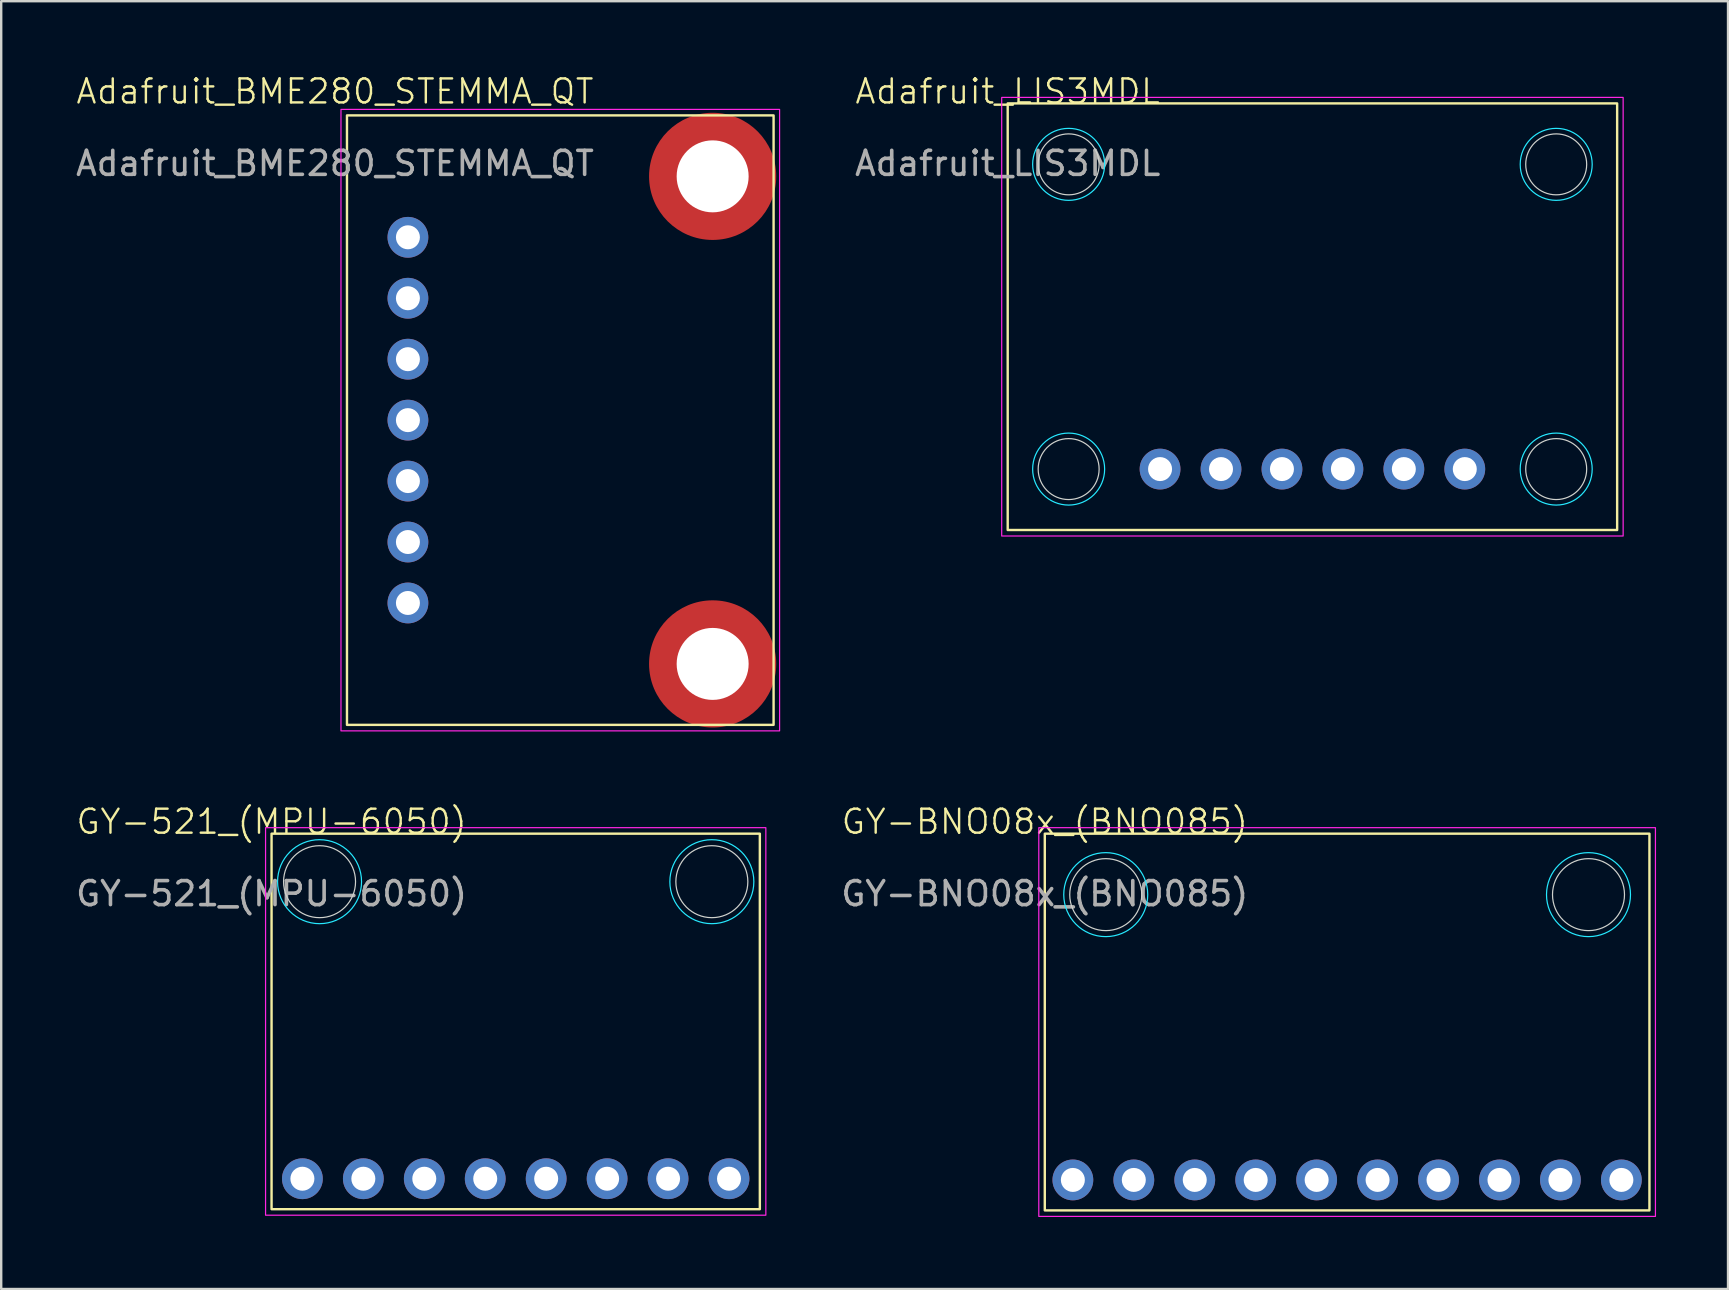
<source format=kicad_pcb>
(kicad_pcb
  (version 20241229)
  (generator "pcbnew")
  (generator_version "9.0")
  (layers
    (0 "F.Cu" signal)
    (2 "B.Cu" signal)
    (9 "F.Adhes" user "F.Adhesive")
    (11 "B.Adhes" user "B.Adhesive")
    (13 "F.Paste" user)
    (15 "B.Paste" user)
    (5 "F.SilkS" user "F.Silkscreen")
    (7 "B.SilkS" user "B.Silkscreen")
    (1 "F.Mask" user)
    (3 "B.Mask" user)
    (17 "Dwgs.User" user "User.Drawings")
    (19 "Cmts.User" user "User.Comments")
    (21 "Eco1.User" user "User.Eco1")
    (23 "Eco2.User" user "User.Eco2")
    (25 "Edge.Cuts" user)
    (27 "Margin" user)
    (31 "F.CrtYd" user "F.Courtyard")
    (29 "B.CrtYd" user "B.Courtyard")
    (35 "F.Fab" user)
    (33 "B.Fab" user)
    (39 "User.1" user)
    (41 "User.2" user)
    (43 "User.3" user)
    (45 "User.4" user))
  (footprint "GY-521_(MPU-6050)"
    (layer "F.Cu")
    (at 8.268 31.696)
    (property "Reference" "GY-521_(MPU-6050)" (at 0 -0.5 0) (unlocked yes) (layer "F.SilkS") (effects (font (size 1 1) (thickness 0.1))))
    (attr through_hole)
    (fp_rect (start 0 0) (end 20.35 15.65) (stroke (width 0.1) (type default)) (fill no) (layer "F.SilkS"))
    (fp_circle (center 2 2) (end 3.5 2) (stroke (width 0.05) (type default)) (fill no) (layer "Edge.Cuts"))
    (fp_circle (center 18.35 2) (end 19.85 2) (stroke (width 0.05) (type default)) (fill no) (layer "Edge.Cuts"))
    (fp_circle (center 2 2) (end 3.75 2) (stroke (width 0.05) (type default)) (fill no) (layer "B.CrtYd"))
    (fp_circle (center 18.35 2) (end 20.1 2) (stroke (width 0.05) (type default)) (fill no) (layer "B.CrtYd"))
    (fp_rect (start -0.25 -0.25) (end 20.6 15.9) (stroke (width 0.05) (type default)) (fill no) (layer "F.CrtYd"))
    (fp_text user "${REFERENCE}" (at 0 2.5 0) (unlocked yes) (layer "F.Fab") (effects (font (size 1 1) (thickness 0.15))))
    (pad "1" thru_hole circle (at 1.285 14.38) (size 1.7 1.7) (drill 1) (layers "*.Cu" "*.Mask"))
    (pad "2" thru_hole circle (at 3.825 14.38) (size 1.7 1.7) (drill 1) (layers "*.Cu" "*.Mask"))
    (pad "3" thru_hole circle (at 6.365 14.38) (size 1.7 1.7) (drill 1) (layers "*.Cu" "*.Mask"))
    (pad "4" thru_hole circle (at 8.905 14.38) (size 1.7 1.7) (drill 1) (layers "*.Cu" "*.Mask"))
    (pad "5" thru_hole circle (at 11.445 14.38) (size 1.7 1.7) (drill 1) (layers "*.Cu" "*.Mask"))
    (pad "6" thru_hole circle (at 13.985 14.38) (size 1.7 1.7) (drill 1) (layers "*.Cu" "*.Mask"))
    (pad "7" thru_hole circle (at 16.525 14.38) (size 1.7 1.7) (drill 1) (layers "*.Cu" "*.Mask"))
    (pad "8" thru_hole circle (at 19.065 14.38) (size 1.7 1.7) (drill 1) (layers "*.Cu" "*.Mask")))
  (footprint "Adafruit_BME280_STEMMA_QT"
    (layer "F.Cu")
    (at 11.411 1.76)
    (property "Reference" "Adafruit_BME280_STEMMA_QT" (at -0.5 -1 0) (unlocked yes) (layer "F.SilkS") (effects (font (size 1 1) (thickness 0.1))))
    (attr through_hole)
    (fp_rect (start 0 0) (end 17.78 25.4) (stroke (width 0.1) (type default)) (fill no) (layer "F.SilkS"))
    (fp_circle (center 15.24 2.54) (end 17.34 2.54) (stroke (width 0.75) (type default)) (fill no) (layer "F.Paste"))
    (fp_circle (center 15.24 22.85) (end 17.34 22.85) (stroke (width 0.75) (type default)) (fill no) (layer "F.Paste"))
    (fp_rect (start -0.25 -0.25) (end 18.03 25.65) (stroke (width 0.05) (type default)) (fill no) (layer "F.CrtYd"))
    (fp_text user "${REFERENCE}" (at -0.5 2 0) (unlocked yes) (layer "F.Fab") (effects (font (size 1 1) (thickness 0.15))))
    (pad "" np_thru_hole circle (at 15.24 2.54) (size 5.3 5.3) (drill 3) (layers "F.Cu" "F.Mask"))
    (pad "" np_thru_hole circle (at 15.24 22.86) (size 5.3 5.3) (drill 3) (layers "F.Cu" "F.Mask"))
    (pad "1" thru_hole circle (at 2.54 5.08) (size 1.7 1.7) (drill 1) (layers "*.Cu" "*.Mask"))
    (pad "2" thru_hole circle (at 2.54 7.62) (size 1.7 1.7) (drill 1) (layers "*.Cu" "*.Mask"))
    (pad "3" thru_hole circle (at 2.54 10.16) (size 1.7 1.7) (drill 1) (layers "*.Cu" "*.Mask"))
    (pad "4" thru_hole circle (at 2.54 12.7) (size 1.7 1.7) (drill 1) (layers "*.Cu" "*.Mask"))
    (pad "5" thru_hole circle (at 2.54 15.24) (size 1.7 1.7) (drill 1) (layers "*.Cu" "*.Mask"))
    (pad "6" thru_hole circle (at 2.54 17.78) (size 1.7 1.7) (drill 1) (layers "*.Cu" "*.Mask"))
    (pad "7" thru_hole circle (at 2.54 20.32) (size 1.7 1.7) (drill 1) (layers "*.Cu" "*.Mask")))
  (footprint "Adafruit_LIS3MDL"
    (layer "F.Cu")
    (at 38.948 1.26)
    (property "Reference" "Adafruit_LIS3MDL" (at 0 -0.5 0) (unlocked yes) (layer "F.SilkS") (effects (font (size 1 1) (thickness 0.1))))
    (attr through_hole)
    (fp_rect (start 0 0) (end 25.4 17.78) (stroke (width 0.1) (type default)) (fill no) (layer "F.SilkS"))
    (fp_circle (center 2.54 2.54) (end 3.81 2.54) (stroke (width 0.05) (type default)) (fill no) (layer "Edge.Cuts"))
    (fp_circle (center 2.54 15.24) (end 3.81 15.24) (stroke (width 0.05) (type default)) (fill no) (layer "Edge.Cuts"))
    (fp_circle (center 22.86 2.54) (end 24.13 2.54) (stroke (width 0.05) (type default)) (fill no) (layer "Edge.Cuts"))
    (fp_circle (center 22.86 15.24) (end 24.13 15.24) (stroke (width 0.05) (type default)) (fill no) (layer "Edge.Cuts"))
    (fp_circle (center 2.54 2.54) (end 4.04 2.54) (stroke (width 0.05) (type default)) (fill no) (layer "B.CrtYd"))
    (fp_circle (center 2.54 15.24) (end 4.04 15.24) (stroke (width 0.05) (type default)) (fill no) (layer "B.CrtYd"))
    (fp_circle (center 22.86 2.54) (end 24.36 2.54) (stroke (width 0.05) (type default)) (fill no) (layer "B.CrtYd"))
    (fp_circle (center 22.86 15.24) (end 24.36 15.24) (stroke (width 0.05) (type default)) (fill no) (layer "B.CrtYd"))
    (fp_rect (start -0.25 -0.25) (end 25.65 18.03) (stroke (width 0.05) (type default)) (fill no) (layer "F.CrtYd"))
    (fp_text user "${REFERENCE}" (at 0 2.5 0) (unlocked yes) (layer "F.Fab") (effects (font (size 1 1) (thickness 0.15))))
    (pad "1" thru_hole circle (at 6.35 15.24) (size 1.7 1.7) (drill 1) (layers "*.Cu" "*.Mask"))
    (pad "2" thru_hole circle (at 8.89 15.24) (size 1.7 1.7) (drill 1) (layers "*.Cu" "*.Mask"))
    (pad "3" thru_hole circle (at 11.43 15.24) (size 1.7 1.7) (drill 1) (layers "*.Cu" "*.Mask"))
    (pad "4" thru_hole circle (at 13.97 15.24) (size 1.7 1.7) (drill 1) (layers "*.Cu" "*.Mask"))
    (pad "5" thru_hole circle (at 16.51 15.24) (size 1.7 1.7) (drill 1) (layers "*.Cu" "*.Mask"))
    (pad "6" thru_hole circle (at 19.05 15.24) (size 1.7 1.7) (drill 1) (layers "*.Cu" "*.Mask")))
  (footprint "GY-BNO08x_(BNO085)"
    (layer "F.Cu")
    (at 40.494 31.696)
    (property "Reference" "GY-BNO08x_(BNO085)" (at 0 -0.5 0) (unlocked yes) (layer "F.SilkS") (effects (font (size 1 1) (thickness 0.1))))
    (attr through_hole)
    (fp_rect (start 0 0) (end 25.2 15.7) (stroke (width 0.1) (type default)) (fill no) (layer "F.SilkS"))
    (fp_circle (center 2.54 2.54) (end 4.04 2.54) (stroke (width 0.05) (type default)) (fill no) (layer "Edge.Cuts"))
    (fp_circle (center 22.66 2.54) (end 24.16 2.54) (stroke (width 0.05) (type default)) (fill no) (layer "Edge.Cuts"))
    (fp_circle (center 2.54 2.54) (end 4.29 2.54) (stroke (width 0.05) (type default)) (fill no) (layer "B.CrtYd"))
    (fp_circle (center 22.66 2.54) (end 24.41 2.54) (stroke (width 0.05) (type default)) (fill no) (layer "B.CrtYd"))
    (fp_rect (start -0.25 -0.25) (end 25.45 15.95) (stroke (width 0.05) (type default)) (fill no) (layer "F.CrtYd"))
    (fp_text user "${REFERENCE}" (at 0 2.5 0) (unlocked yes) (layer "F.Fab") (effects (font (size 1 1) (thickness 0.15))))
    (pad "1" thru_hole circle (at 1.17 14.43) (size 1.7 1.7) (drill 1) (layers "*.Cu" "*.Mask"))
    (pad "2" thru_hole circle (at 3.71 14.43) (size 1.7 1.7) (drill 1) (layers "*.Cu" "*.Mask"))
    (pad "3" thru_hole circle (at 6.25 14.43) (size 1.7 1.7) (drill 1) (layers "*.Cu" "*.Mask"))
    (pad "4" thru_hole circle (at 8.79 14.43) (size 1.7 1.7) (drill 1) (layers "*.Cu" "*.Mask"))
    (pad "5" thru_hole circle (at 11.33 14.43) (size 1.7 1.7) (drill 1) (layers "*.Cu" "*.Mask"))
    (pad "6" thru_hole circle (at 13.87 14.43) (size 1.7 1.7) (drill 1) (layers "*.Cu" "*.Mask"))
    (pad "7" thru_hole circle (at 16.41 14.43) (size 1.7 1.7) (drill 1) (layers "*.Cu" "*.Mask"))
    (pad "8" thru_hole circle (at 18.95 14.43) (size 1.7 1.7) (drill 1) (layers "*.Cu" "*.Mask"))
    (pad "9" thru_hole circle (at 21.49 14.43) (size 1.7 1.7) (drill 1) (layers "*.Cu" "*.Mask"))
    (pad "10" thru_hole circle (at 24.03 14.43) (size 1.7 1.7) (drill 1) (layers "*.Cu" "*.Mask")))
  (gr_rect
    (start -3 -3)
    (end 68.969 50.671)
    (stroke (width 0.1) (type default))
    (fill no)
    (layer "Edge.Cuts")))
</source>
